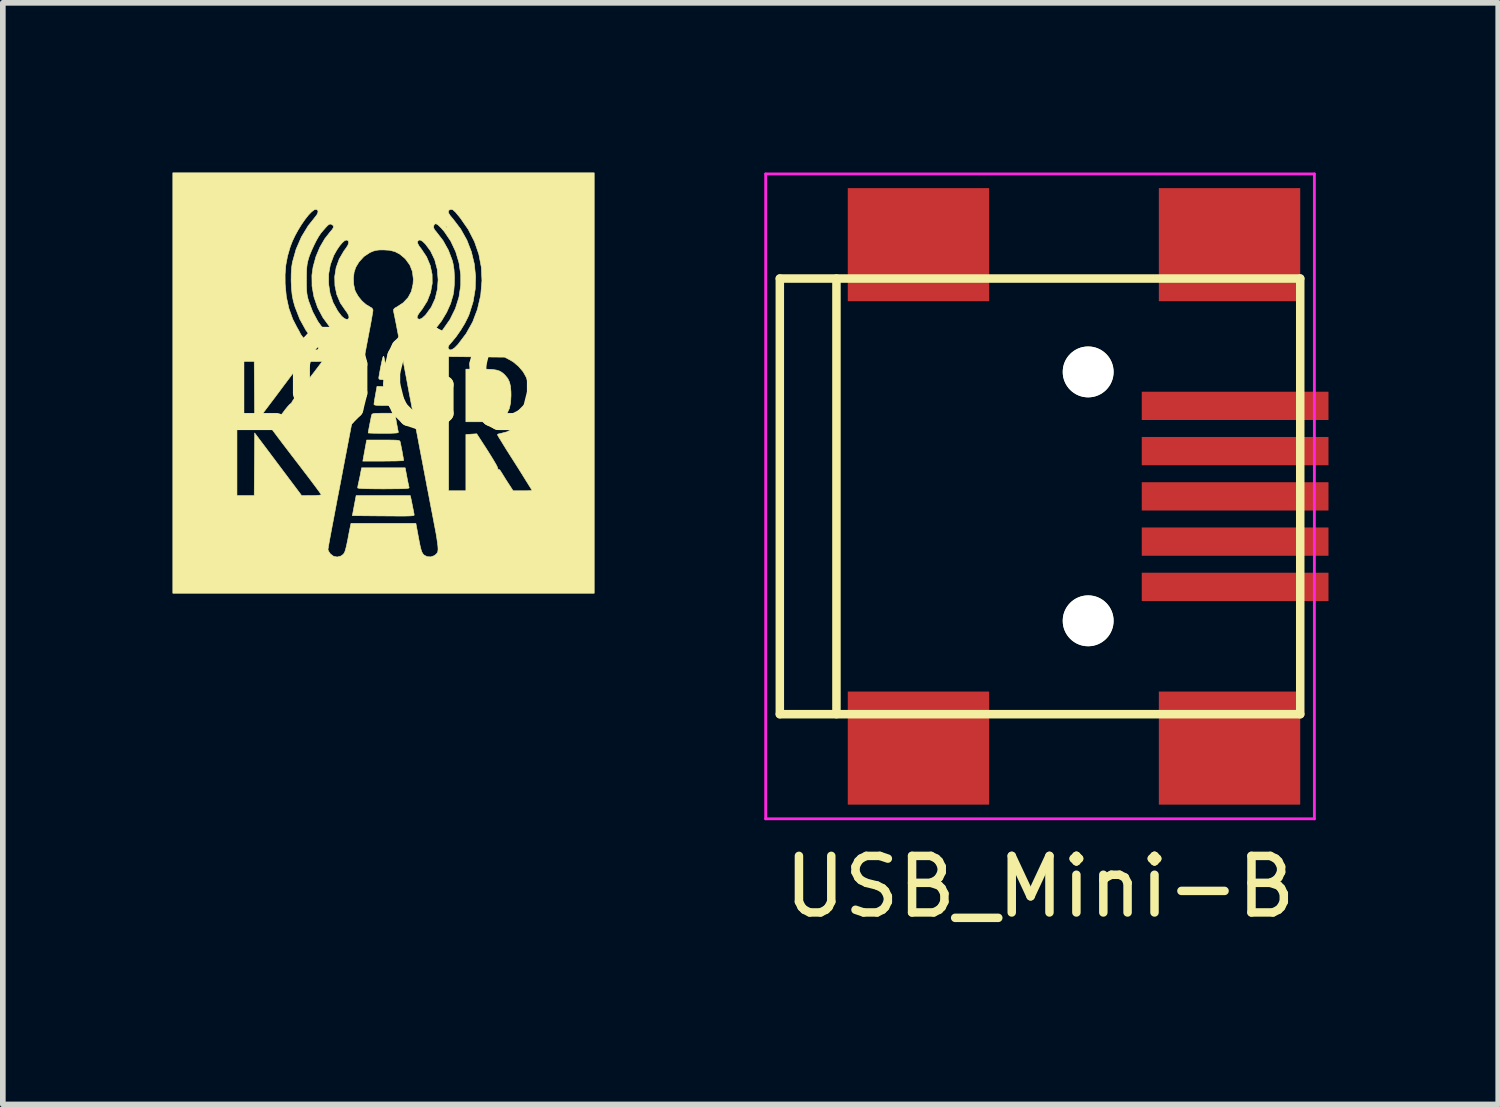
<source format=kicad_pcb>
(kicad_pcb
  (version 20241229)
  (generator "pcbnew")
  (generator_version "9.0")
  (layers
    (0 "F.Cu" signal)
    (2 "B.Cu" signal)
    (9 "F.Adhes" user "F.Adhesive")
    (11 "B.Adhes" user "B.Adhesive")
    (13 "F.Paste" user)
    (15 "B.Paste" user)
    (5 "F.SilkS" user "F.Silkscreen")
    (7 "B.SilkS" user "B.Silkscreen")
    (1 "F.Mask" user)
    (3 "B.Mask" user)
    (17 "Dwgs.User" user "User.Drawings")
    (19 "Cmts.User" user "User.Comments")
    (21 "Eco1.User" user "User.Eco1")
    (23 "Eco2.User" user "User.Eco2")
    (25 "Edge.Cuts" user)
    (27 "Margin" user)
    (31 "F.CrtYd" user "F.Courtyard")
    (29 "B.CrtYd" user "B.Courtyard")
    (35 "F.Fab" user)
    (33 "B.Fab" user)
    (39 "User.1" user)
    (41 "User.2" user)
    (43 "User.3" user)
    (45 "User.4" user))
  (footprint "LOGO"
    (layer "F.Cu")
    (at 3.73 3.713)
    (property "Reference" "LOGO" (at 0 0 0) (layer "F.SilkS") (effects (font (size 1.524 1.524) (thickness 0.3))))
    (attr through_hole)
    (fp_poly (pts (xy -0.003 0.071) (xy 0.109 0.076) (xy 0.138 0.22) (xy 0.152 0.288) (xy 0.162 0.344) (xy 0.168 0.379) (xy 0.169 0.385) (xy 0.159 0.396) (xy 0.126 0.402) (xy 0.067 0.406) (xy 0 0.406) (xy -0.083 0.405) (xy -0.136 0.401) (xy -0.164 0.393) (xy -0.169 0.385) (xy -0.166 0.36) (xy -0.159 0.31) (xy -0.147 0.245) (xy -0.142 0.215) (xy -0.115 0.066) (xy -0.003 0.071)) (stroke (width 0.01) (type solid)) (fill yes) (layer "F.SilkS"))
    (fp_poly (pts (xy 0.004 -0.462) (xy 0.006 -0.457) (xy 0.018 -0.404) (xy 0.032 -0.337) (xy 0.046 -0.263) (xy 0.058 -0.191) (xy 0.068 -0.129) (xy 0.073 -0.083) (xy 0.073 -0.064) (xy 0.053 -0.056) (xy 0.012 -0.051) (xy -0.009 -0.051) (xy -0.057 -0.053) (xy -0.079 -0.063) (xy -0.084 -0.08) (xy -0.08 -0.108) (xy -0.071 -0.161) (xy -0.058 -0.232) (xy -0.044 -0.305) (xy -0.026 -0.389) (xy -0.013 -0.441) (xy -0.003 -0.465) (xy 0.004 -0.462)) (stroke (width 0.01) (type solid)) (fill yes) (layer "F.SilkS"))
    (fp_poly (pts (xy 0.482 2.036) (xy 0.492 2.082) (xy 0.504 2.142) (xy 0.517 2.207) (xy 0.529 2.267) (xy 0.538 2.314) (xy 0.542 2.338) (xy 0.542 2.339) (xy 0.54 2.346) (xy 0.53 2.351) (xy 0.511 2.354) (xy 0.478 2.357) (xy 0.429 2.359) (xy 0.359 2.36) (xy 0.266 2.36) (xy 0.146 2.359) (xy -0.004 2.358) (xy -0.026 2.358) (xy -0.551 2.353) (xy -0.518 2.176) (xy -0.484 1.998) (xy 0.473 1.998) (xy 0.482 2.036)) (stroke (width 0.01) (type solid)) (fill yes) (layer "F.SilkS"))
    (fp_poly (pts (xy 0.1 1.016) (xy 0.177 1.017) (xy 0.23 1.019) (xy 0.263 1.023) (xy 0.282 1.029) (xy 0.291 1.039) (xy 0.296 1.052) (xy 0.296 1.054) (xy 0.304 1.092) (xy 0.315 1.148) (xy 0.328 1.213) (xy 0.339 1.277) (xy 0.349 1.332) (xy 0.355 1.368) (xy 0.356 1.376) (xy 0.339 1.38) (xy 0.294 1.383) (xy 0.225 1.386) (xy 0.137 1.387) (xy 0.035 1.388) (xy -0.005 1.389) (xy -0.366 1.389) (xy -0.332 1.202) (xy -0.298 1.016) (xy -0.005 1.016) (xy 0.1 1.016)) (stroke (width 0.01) (type solid)) (fill yes) (layer "F.SilkS"))
    (fp_poly (pts (xy 0.414 1.672) (xy 0.428 1.745) (xy 0.441 1.806) (xy 0.45 1.847) (xy 0.453 1.858) (xy 0.448 1.865) (xy 0.428 1.87) (xy 0.388 1.874) (xy 0.325 1.877) (xy 0.237 1.878) (xy 0.121 1.879) (xy 0.002 1.88) (xy -0.155 1.879) (xy -0.278 1.877) (xy -0.369 1.874) (xy -0.428 1.87) (xy -0.455 1.864) (xy -0.457 1.862) (xy -0.454 1.835) (xy -0.445 1.79) (xy -0.441 1.773) (xy -0.428 1.714) (xy -0.413 1.643) (xy -0.406 1.604) (xy -0.387 1.507) (xy 0.383 1.507) (xy 0.414 1.672)) (stroke (width 0.01) (type solid)) (fill yes) (layer "F.SilkS"))
    (fp_poly (pts (xy 1.837 -0.236) (xy 1.927 -0.231) (xy 1.995 -0.221) (xy 2.048 -0.205) (xy 2.092 -0.18) (xy 2.133 -0.146) (xy 2.154 -0.124) (xy 2.198 -0.069) (xy 2.227 -0.008) (xy 2.245 0.067) (xy 2.253 0.164) (xy 2.254 0.228) (xy 2.247 0.355) (xy 2.226 0.455) (xy 2.189 0.534) (xy 2.132 0.595) (xy 2.053 0.645) (xy 2.04 0.651) (xy 2.002 0.668) (xy 1.966 0.68) (xy 1.926 0.688) (xy 1.874 0.692) (xy 1.802 0.694) (xy 1.704 0.694) (xy 1.456 0.694) (xy 1.456 -0.237) (xy 1.719 -0.237) (xy 1.837 -0.236)) (stroke (width 0.01) (type solid)) (fill yes) (layer "F.SilkS"))
    (fp_poly (pts (xy 0.228 0.699) (xy 0.241 0.769) (xy 0.252 0.828) (xy 0.26 0.867) (xy 0.263 0.876) (xy 0.258 0.885) (xy 0.234 0.891) (xy 0.189 0.894) (xy 0.117 0.897) (xy 0.016 0.897) (xy -0.001 0.897) (xy -0.092 0.897) (xy -0.17 0.896) (xy -0.229 0.894) (xy -0.264 0.892) (xy -0.271 0.891) (xy -0.268 0.869) (xy -0.26 0.824) (xy -0.249 0.764) (xy -0.236 0.7) (xy -0.224 0.64) (xy -0.215 0.593) (xy -0.21 0.572) (xy -0.202 0.559) (xy -0.185 0.55) (xy -0.153 0.545) (xy -0.099 0.543) (xy -0.018 0.542) (xy -0.001 0.542) (xy 0.2 0.542) (xy 0.228 0.699)) (stroke (width 0.01) (type solid)) (fill yes) (layer "F.SilkS"))
    (fp_poly (pts (xy 3.725 3.725) (xy -3.725 3.725) (xy -3.725 2.951) (xy -0.982 2.951) (xy -0.972 2.98) (xy -0.946 3.02) (xy -0.938 3.03) (xy -0.884 3.071) (xy -0.819 3.084) (xy -0.754 3.067) (xy -0.721 3.044) (xy -0.701 3.023) (xy -0.685 2.994) (xy -0.671 2.95) (xy -0.655 2.886) (xy -0.636 2.795) (xy -0.634 2.786) (xy -0.618 2.7) (xy -0.603 2.624) (xy -0.591 2.565) (xy -0.584 2.53) (xy -0.583 2.527) (xy -0.575 2.489) (xy 0.572 2.489) (xy 0.609 2.688) (xy 0.63 2.801) (xy 0.647 2.886) (xy 0.662 2.947) (xy 0.676 2.99) (xy 0.691 3.02) (xy 0.708 3.041) (xy 0.715 3.048) (xy 0.769 3.077) (xy 0.833 3.082) (xy 0.895 3.061) (xy 0.926 3.038) (xy 0.95 3.011) (xy 0.961 2.983) (xy 0.964 2.942) (xy 0.961 2.89) (xy 0.953 2.827) (xy 0.941 2.744) (xy 0.926 2.655) (xy 0.917 2.608) (xy 0.902 2.53) (xy 0.882 2.425) (xy 0.858 2.299) (xy 0.831 2.16) (xy 0.803 2.012) (xy 0.784 1.913) (xy 1.151 1.913) (xy 1.456 1.913) (xy 1.456 0.918) (xy 1.552 0.912) (xy 1.648 0.906) (xy 1.741 1.05) (xy 1.83 1.187) (xy 1.9 1.299) (xy 1.953 1.386) (xy 1.991 1.451) (xy 2.013 1.495) (xy 2.022 1.521) (xy 2.021 1.528) (xy 2.021 1.538) (xy 2.029 1.535) (xy 2.049 1.539) (xy 2.067 1.561) (xy 2.085 1.59) (xy 2.116 1.64) (xy 2.155 1.703) (xy 2.189 1.756) (xy 2.291 1.913) (xy 2.458 1.913) (xy 2.528 1.913) (xy 2.584 1.911) (xy 2.618 1.908) (xy 2.625 1.905) (xy 2.616 1.889) (xy 2.591 1.849) (xy 2.552 1.786) (xy 2.501 1.705) (xy 2.441 1.608) (xy 2.373 1.5) (xy 2.319 1.415) (xy 2.246 1.3) (xy 2.179 1.195) (xy 2.121 1.101) (xy 2.074 1.024) (xy 2.038 0.966) (xy 2.018 0.93) (xy 2.013 0.92) (xy 2.029 0.909) (xy 2.061 0.902) (xy 2.182 0.871) (xy 2.296 0.812) (xy 2.398 0.729) (xy 2.48 0.629) (xy 2.535 0.518) (xy 2.554 0.439) (xy 2.565 0.338) (xy 2.568 0.226) (xy 2.563 0.113) (xy 2.551 0.01) (xy 2.531 -0.073) (xy 2.526 -0.088) (xy 2.47 -0.189) (xy 2.39 -0.284) (xy 2.294 -0.365) (xy 2.235 -0.4) (xy 2.142 -0.449) (xy 1.647 -0.454) (xy 1.151 -0.459) (xy 1.151 1.913) (xy 0.784 1.913) (xy 0.774 1.864) (xy 0.747 1.72) (xy 0.722 1.588) (xy 0.711 1.532) (xy 0.701 1.476) (xy 0.685 1.392) (xy 0.664 1.284) (xy 0.64 1.159) (xy 0.614 1.02) (xy 0.586 0.873) (xy 0.559 0.737) (xy 0.531 0.589) (xy 0.504 0.448) (xy 0.479 0.316) (xy 0.456 0.199) (xy 0.438 0.101) (xy 0.424 0.027) (xy 0.416 -0.017) (xy 0.397 -0.118) (xy 0.375 -0.235) (xy 0.351 -0.362) (xy 0.326 -0.493) (xy 0.301 -0.626) (xy 0.301 -0.627) (xy 1.142 -0.627) (xy 1.145 -0.603) (xy 1.168 -0.577) (xy 1.205 -0.58) (xy 1.254 -0.611) (xy 1.313 -0.67) (xy 1.314 -0.671) (xy 1.46 -0.864) (xy 1.576 -1.071) (xy 1.66 -1.293) (xy 1.715 -1.53) (xy 1.719 -1.553) (xy 1.74 -1.8) (xy 1.729 -2.038) (xy 1.685 -2.269) (xy 1.608 -2.492) (xy 1.498 -2.707) (xy 1.354 -2.914) (xy 1.275 -3.01) (xy 1.228 -3.053) (xy 1.188 -3.063) (xy 1.156 -3.046) (xy 1.145 -3.023) (xy 1.152 -2.993) (xy 1.18 -2.949) (xy 1.229 -2.891) (xy 1.364 -2.714) (xy 1.473 -2.52) (xy 1.553 -2.313) (xy 1.605 -2.097) (xy 1.628 -1.875) (xy 1.621 -1.651) (xy 1.584 -1.43) (xy 1.517 -1.215) (xy 1.494 -1.16) (xy 1.437 -1.046) (xy 1.364 -0.926) (xy 1.284 -0.811) (xy 1.205 -0.715) (xy 1.198 -0.708) (xy 1.158 -0.661) (xy 1.142 -0.627) (xy 0.301 -0.627) (xy 0.277 -0.753) (xy 0.256 -0.864) (xy 0.881 -0.864) (xy 0.893 -0.84) (xy 0.924 -0.831) (xy 0.967 -0.851) (xy 1.021 -0.9) (xy 1.049 -0.934) (xy 1.176 -1.116) (xy 1.271 -1.309) (xy 1.334 -1.511) (xy 1.365 -1.719) (xy 1.365 -1.906) (xy 1.335 -2.115) (xy 1.276 -2.314) (xy 1.189 -2.499) (xy 1.076 -2.667) (xy 1.014 -2.739) (xy 1 -2.752) (xy 1.101 -2.752) (xy 1.109 -2.743) (xy 1.118 -2.752) (xy 1.109 -2.76) (xy 1.101 -2.752) (xy 1 -2.752) (xy 0.963 -2.788) (xy 0.926 -2.808) (xy 0.901 -2.799) (xy 0.887 -2.768) (xy 0.886 -2.735) (xy 0.904 -2.699) (xy 0.935 -2.662) (xy 1.052 -2.51) (xy 1.147 -2.34) (xy 1.214 -2.162) (xy 1.229 -2.105) (xy 1.246 -1.998) (xy 1.254 -1.872) (xy 1.252 -1.74) (xy 1.242 -1.615) (xy 1.23 -1.548) (xy 1.186 -1.397) (xy 1.116 -1.241) (xy 1.026 -1.09) (xy 0.924 -0.958) (xy 0.89 -0.907) (xy 0.881 -0.864) (xy 0.256 -0.864) (xy 0.255 -0.871) (xy 0.235 -0.974) (xy 0.219 -1.058) (xy 0.207 -1.117) (xy 0.202 -1.143) (xy 0.595 -1.143) (xy 0.604 -1.129) (xy 0.637 -1.118) (xy 0.682 -1.138) (xy 0.738 -1.189) (xy 0.748 -1.2) (xy 0.844 -1.332) (xy 0.913 -1.483) (xy 0.953 -1.651) (xy 0.965 -1.817) (xy 0.95 -2.002) (xy 0.905 -2.172) (xy 0.831 -2.326) (xy 0.741 -2.448) (xy 0.688 -2.499) (xy 0.645 -2.521) (xy 0.615 -2.513) (xy 0.601 -2.49) (xy 0.604 -2.46) (xy 0.627 -2.416) (xy 0.666 -2.365) (xy 0.761 -2.223) (xy 0.825 -2.071) (xy 0.859 -1.913) (xy 0.861 -1.753) (xy 0.832 -1.594) (xy 0.773 -1.441) (xy 0.683 -1.297) (xy 0.666 -1.276) (xy 0.62 -1.215) (xy 0.597 -1.172) (xy 0.595 -1.143) (xy 0.202 -1.143) (xy 0.202 -1.143) (xy 0.19 -1.2) (xy 0.18 -1.249) (xy 0.177 -1.265) (xy 0.178 -1.293) (xy 0.2 -1.317) (xy 0.235 -1.336) (xy 0.349 -1.411) (xy 0.435 -1.503) (xy 0.493 -1.612) (xy 0.522 -1.742) (xy 0.527 -1.829) (xy 0.511 -1.962) (xy 0.465 -2.079) (xy 0.389 -2.183) (xy 0.373 -2.199) (xy 0.288 -2.27) (xy 0.202 -2.315) (xy 0.105 -2.339) (xy 0 -2.345) (xy -0.078 -2.344) (xy -0.136 -2.337) (xy -0.186 -2.322) (xy -0.241 -2.298) (xy -0.347 -2.228) (xy -0.434 -2.132) (xy -0.491 -2.037) (xy -0.52 -1.95) (xy -0.532 -1.846) (xy -0.528 -1.737) (xy -0.507 -1.638) (xy -0.494 -1.605) (xy -0.446 -1.522) (xy -0.382 -1.443) (xy -0.309 -1.379) (xy -0.254 -1.346) (xy -0.204 -1.316) (xy -0.186 -1.284) (xy -0.186 -1.282) (xy -0.189 -1.256) (xy -0.198 -1.202) (xy -0.211 -1.126) (xy -0.227 -1.036) (xy -0.245 -0.942) (xy -0.26 -0.864) (xy -0.28 -0.758) (xy -0.305 -0.627) (xy -0.333 -0.477) (xy -0.365 -0.312) (xy -0.398 -0.137) (xy -0.432 0.043) (xy -0.467 0.225) (xy -0.472 0.254) (xy -0.512 0.465) (xy -0.557 0.7) (xy -0.605 0.951) (xy -0.654 1.208) (xy -0.703 1.463) (xy -0.749 1.707) (xy -0.792 1.932) (xy -0.812 2.033) (xy -0.844 2.203) (xy -0.874 2.363) (xy -0.902 2.51) (xy -0.927 2.642) (xy -0.948 2.754) (xy -0.964 2.844) (xy -0.975 2.909) (xy -0.981 2.945) (xy -0.982 2.951) (xy -3.725 2.951) (xy -3.725 -0.373) (xy -2.591 -0.373) (xy -2.591 1.998) (xy -2.286 1.998) (xy -2.282 1.444) (xy -2.278 0.891) (xy -1.863 1.444) (xy -1.448 1.997) (xy -1.274 1.998) (xy -1.202 1.996) (xy -1.145 1.993) (xy -1.109 1.987) (xy -1.101 1.982) (xy -1.111 1.966) (xy -1.139 1.926) (xy -1.184 1.865) (xy -1.244 1.785) (xy -1.315 1.69) (xy -1.397 1.583) (xy -1.486 1.466) (xy -1.534 1.404) (xy -1.627 1.283) (xy -1.713 1.17) (xy -1.791 1.068) (xy -1.858 0.979) (xy -1.912 0.907) (xy -1.951 0.855) (xy -1.972 0.825) (xy -1.976 0.819) (xy -1.97 0.796) (xy -1.947 0.755) (xy -1.911 0.704) (xy -1.901 0.69) (xy -1.847 0.621) (xy -1.786 0.542) (xy -1.732 0.471) (xy -1.691 0.421) (xy -1.658 0.385) (xy -1.638 0.369) (xy -1.634 0.369) (xy -1.627 0.369) (xy -1.628 0.363) (xy -1.62 0.345) (xy -1.594 0.304) (xy -1.553 0.246) (xy -1.499 0.173) (xy -1.437 0.09) (xy -1.414 0.06) (xy -1.345 -0.03) (xy -1.279 -0.116) (xy -1.22 -0.192) (xy -1.174 -0.253) (xy -1.143 -0.293) (xy -1.139 -0.299) (xy -1.083 -0.373) (xy -1.448 -0.37) (xy -1.582 -0.189) (xy -1.63 -0.125) (xy -1.694 -0.04) (xy -1.769 0.06) (xy -1.85 0.169) (xy -1.934 0.281) (xy -1.997 0.364) (xy -2.278 0.737) (xy -2.286 -0.373) (xy -2.591 -0.373) (xy -3.725 -0.373) (xy -3.725 -1.911) (xy -1.74 -1.911) (xy -1.739 -1.744) (xy -1.718 -1.517) (xy -1.673 -1.311) (xy -1.605 -1.121) (xy -1.532 -0.979) (xy -1.502 -0.927) (xy -1.481 -0.888) (xy -1.473 -0.87) (xy -1.473 -0.87) (xy -1.463 -0.851) (xy -1.436 -0.814) (xy -1.398 -0.766) (xy -1.354 -0.713) (xy -1.31 -0.663) (xy -1.289 -0.639) (xy -1.241 -0.598) (xy -1.199 -0.577) (xy -1.167 -0.578) (xy -1.152 -0.603) (xy -1.151 -0.612) (xy -1.162 -0.641) (xy -1.19 -0.686) (xy -1.23 -0.738) (xy -1.238 -0.747) (xy -1.372 -0.925) (xy -1.48 -1.121) (xy -1.565 -1.339) (xy -1.596 -1.448) (xy -1.615 -1.545) (xy -1.627 -1.664) (xy -1.633 -1.793) (xy -1.633 -1.82) (xy -1.363 -1.82) (xy -1.362 -1.715) (xy -1.36 -1.635) (xy -1.354 -1.572) (xy -1.345 -1.519) (xy -1.331 -1.466) (xy -1.325 -1.445) (xy -1.253 -1.254) (xy -1.162 -1.083) (xy -1.057 -0.936) (xy -1.018 -0.893) (xy -0.97 -0.85) (xy -0.933 -0.836) (xy -0.904 -0.851) (xy -0.892 -0.866) (xy -0.886 -0.887) (xy -0.897 -0.915) (xy -0.927 -0.956) (xy -0.951 -0.985) (xy -1.072 -1.15) (xy -1.166 -1.328) (xy -1.23 -1.515) (xy -1.264 -1.705) (xy -1.264 -1.745) (xy -0.971 -1.745) (xy -0.945 -1.576) (xy -0.891 -1.414) (xy -0.81 -1.265) (xy -0.741 -1.174) (xy -0.696 -1.135) (xy -0.656 -1.117) (xy -0.625 -1.122) (xy -0.61 -1.15) (xy -0.61 -1.158) (xy -0.62 -1.194) (xy -0.647 -1.241) (xy -0.67 -1.272) (xy -0.763 -1.407) (xy -0.826 -1.556) (xy -0.859 -1.712) (xy -0.863 -1.872) (xy -0.838 -2.031) (xy -0.783 -2.184) (xy -0.699 -2.328) (xy -0.674 -2.361) (xy -0.631 -2.425) (xy -0.615 -2.474) (xy -0.624 -2.507) (xy -0.654 -2.52) (xy -0.687 -2.509) (xy -0.729 -2.472) (xy -0.777 -2.415) (xy -0.827 -2.341) (xy -0.874 -2.257) (xy -0.88 -2.245) (xy -0.94 -2.085) (xy -0.97 -1.917) (xy -0.971 -1.745) (xy -1.264 -1.745) (xy -1.266 -1.897) (xy -1.245 -2.045) (xy -1.196 -2.223) (xy -1.126 -2.391) (xy -1.039 -2.541) (xy -0.949 -2.656) (xy -0.904 -2.709) (xy -0.884 -2.747) (xy -0.889 -2.774) (xy -0.917 -2.796) (xy -0.937 -2.802) (xy -0.957 -2.799) (xy -0.983 -2.781) (xy -1.018 -2.745) (xy -1.067 -2.689) (xy -1.108 -2.64) (xy -1.144 -2.587) (xy -1.187 -2.512) (xy -1.231 -2.424) (xy -1.273 -2.332) (xy -1.308 -2.246) (xy -1.323 -2.201) (xy -1.339 -2.144) (xy -1.35 -2.09) (xy -1.357 -2.029) (xy -1.361 -1.955) (xy -1.362 -1.857) (xy -1.363 -1.82) (xy -1.633 -1.82) (xy -1.632 -1.922) (xy -1.624 -2.04) (xy -1.611 -2.125) (xy -1.546 -2.356) (xy -1.452 -2.573) (xy -1.332 -2.771) (xy -1.219 -2.913) (xy -1.175 -2.971) (xy -1.157 -3.017) (xy -1.165 -3.049) (xy -1.191 -3.062) (xy -1.227 -3.053) (xy -1.273 -3.017) (xy -1.328 -2.96) (xy -1.387 -2.885) (xy -1.448 -2.797) (xy -1.508 -2.7) (xy -1.563 -2.6) (xy -1.611 -2.499) (xy -1.648 -2.403) (xy -1.648 -2.403) (xy -1.697 -2.235) (xy -1.727 -2.076) (xy -1.74 -1.911) (xy -3.725 -1.911) (xy -3.725 -3.708) (xy 3.725 -3.708) (xy 3.725 3.725)) (stroke (width 0.01) (type solid)) (fill yes) (layer "F.SilkS")))
  (footprint "USB_Mini-B"
    (layer "F.Cu")
    (at 15.336 5.725)
    (property "Reference" "USB_Mini-B" (at 0 6.901 0) (layer "F.SilkS") (effects (font (size 1 1) (thickness 0.15))))
    (attr smd)
    (fp_line (start -4.6 -3.851) (end -4.6 3.851) (stroke (width 0.15) (type solid)) (layer "F.SilkS"))
    (fp_line (start -4.6 3.851) (end 4.6 3.851) (stroke (width 0.15) (type solid)) (layer "F.SilkS"))
    (fp_line (start -3.599 -3.851) (end -3.599 3.851) (stroke (width 0.15) (type solid)) (layer "F.SilkS"))
    (fp_line (start 4.6 -3.851) (end -4.6 -3.851) (stroke (width 0.15) (type solid)) (layer "F.SilkS"))
    (fp_line (start 4.6 3.851) (end 4.6 -3.851) (stroke (width 0.15) (type solid)) (layer "F.SilkS"))
    (fp_line (start -4.85 -5.7) (end 4.85 -5.7) (stroke (width 0.05) (type solid)) (layer "F.CrtYd"))
    (fp_line (start -4.85 5.7) (end -4.85 -5.7) (stroke (width 0.05) (type solid)) (layer "F.CrtYd"))
    (fp_line (start 4.85 -5.7) (end 4.85 5.7) (stroke (width 0.05) (type solid)) (layer "F.CrtYd"))
    (fp_line (start 4.85 5.7) (end -4.85 5.7) (stroke (width 0.05) (type solid)) (layer "F.CrtYd"))
    (pad "" np_thru_hole circle (at 0.851 -2.2) (size 0.899 0.899) (drill 0.899) (layers "*.Cu" "*.Mask" "F.SilkS"))
    (pad "" np_thru_hole circle (at 0.851 2.2) (size 0.899 0.899) (drill 0.899) (layers "*.Cu" "*.Mask" "F.SilkS"))
    (pad "1" smd rect (at 3.449 -1.6) (size 3.301 0.5) (layers "F.Cu" "F.Mask" "F.Paste"))
    (pad "2" smd rect (at 3.449 -0.8) (size 3.301 0.5) (layers "F.Cu" "F.Mask" "F.Paste"))
    (pad "3" smd rect (at 3.449 0) (size 3.301 0.5) (layers "F.Cu" "F.Mask" "F.Paste"))
    (pad "4" smd rect (at 3.449 0.8) (size 3.301 0.5) (layers "F.Cu" "F.Mask" "F.Paste"))
    (pad "5" smd rect (at 3.449 1.6) (size 3.301 0.5) (layers "F.Cu" "F.Mask" "F.Paste"))
    (pad "6" smd rect (at -2.149 -4.45) (size 2.499 1.999) (layers "F.Cu" "F.Mask" "F.Paste"))
    (pad "6" smd rect (at -2.149 4.45) (size 2.499 1.999) (layers "F.Cu" "F.Mask" "F.Paste"))
    (pad "6" smd rect (at 3.35 -4.45) (size 2.499 1.999) (layers "F.Cu" "F.Mask" "F.Paste"))
    (pad "6" smd rect (at 3.35 4.45) (size 2.499 1.999) (layers "F.Cu" "F.Mask" "F.Paste")))
  (gr_rect
    (start -3 -3)
    (end 23.436 16.474)
    (stroke (width 0.1) (type default))
    (fill no)
    (layer "Edge.Cuts")))
</source>
